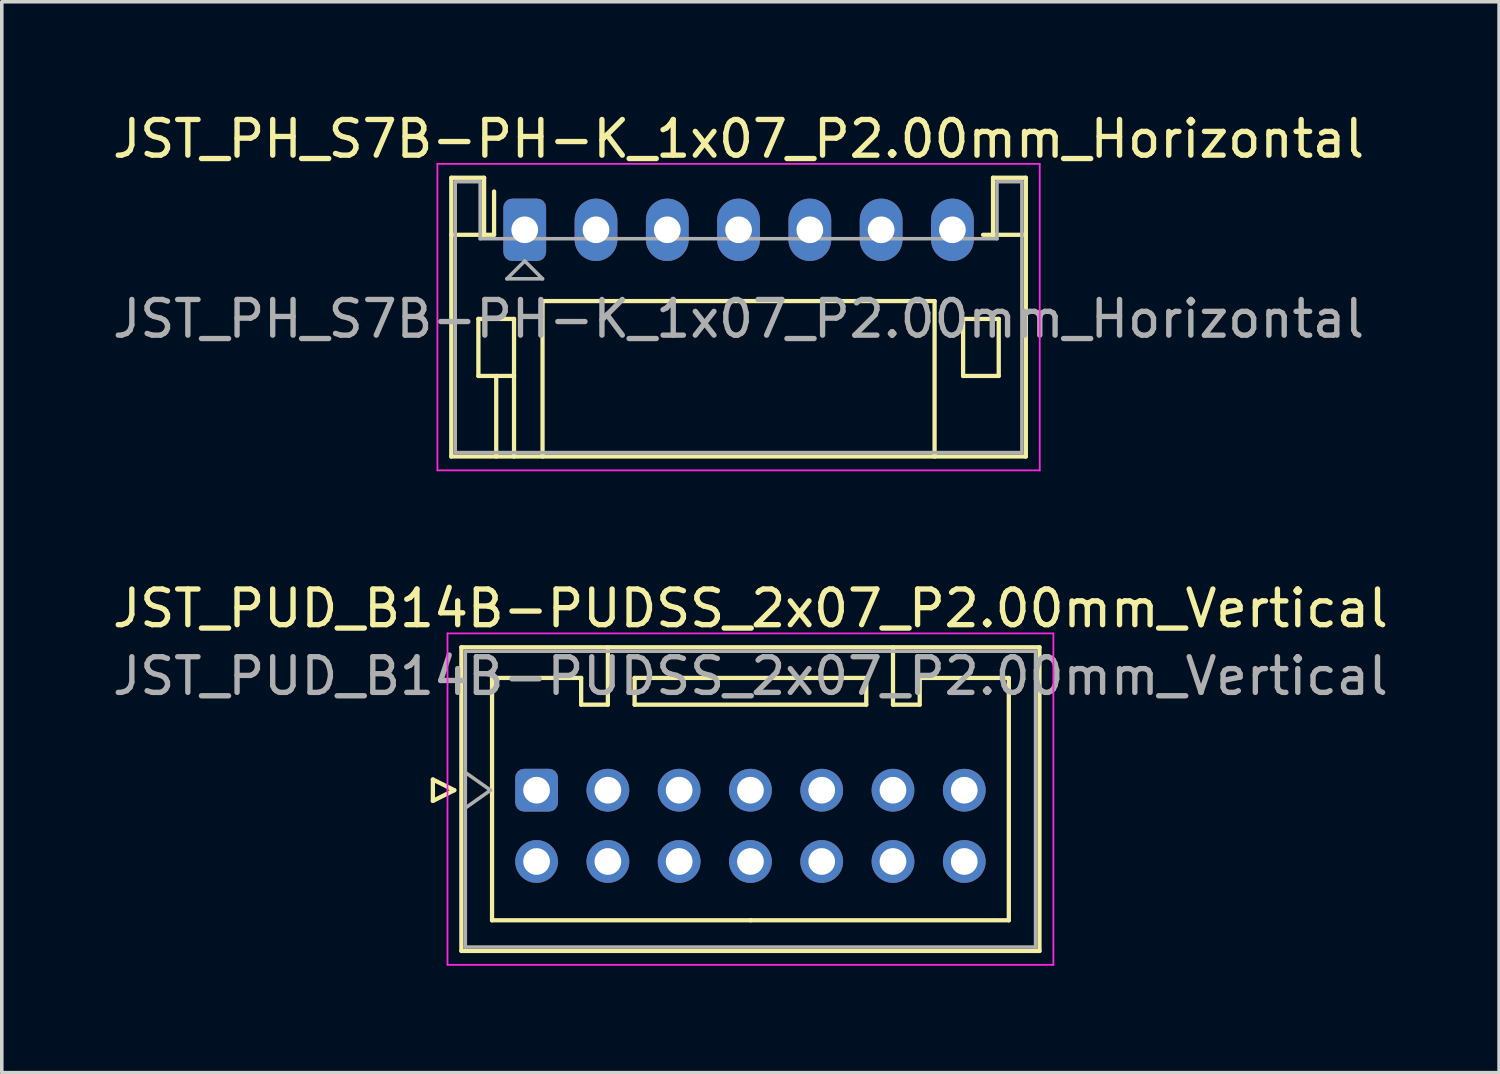
<source format=kicad_pcb>
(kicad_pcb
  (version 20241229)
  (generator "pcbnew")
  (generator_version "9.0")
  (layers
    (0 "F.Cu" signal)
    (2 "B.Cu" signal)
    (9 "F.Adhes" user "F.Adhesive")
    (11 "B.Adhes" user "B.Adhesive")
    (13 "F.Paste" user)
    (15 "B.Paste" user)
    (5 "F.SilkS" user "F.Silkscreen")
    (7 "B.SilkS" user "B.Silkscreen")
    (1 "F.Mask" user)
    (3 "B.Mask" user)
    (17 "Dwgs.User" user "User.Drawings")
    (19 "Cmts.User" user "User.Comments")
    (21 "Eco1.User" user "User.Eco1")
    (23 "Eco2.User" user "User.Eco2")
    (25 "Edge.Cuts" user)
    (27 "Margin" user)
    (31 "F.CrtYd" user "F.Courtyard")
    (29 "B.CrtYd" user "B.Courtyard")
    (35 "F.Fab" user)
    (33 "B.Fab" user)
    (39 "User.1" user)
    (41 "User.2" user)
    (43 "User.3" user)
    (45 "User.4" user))
  (footprint "JST_PUD_B14B-PUDSS_2x07_P2.00mm_Vertical"
    (layer "F.Cu")
    (at 12.006 19.122)
    (property "Reference" "JST_PUD_B14B-PUDSS_2x07_P2.00mm_Vertical" (at 6 -5.1 0) (layer "F.SilkS") (effects (font (size 1 1) (thickness 0.15))))
    (attr through_hole)
    (fp_line (start -2.91 -0.3) (end -2.31 0) (stroke (width 0.12) (type solid)) (layer "F.SilkS"))
    (fp_line (start -2.91 0.3) (end -2.91 -0.3) (stroke (width 0.12) (type solid)) (layer "F.SilkS"))
    (fp_line (start -2.31 0) (end -2.91 0.3) (stroke (width 0.12) (type solid)) (layer "F.SilkS"))
    (fp_line (start -2.11 -4.01) (end -2.11 4.51) (stroke (width 0.12) (type solid)) (layer "F.SilkS"))
    (fp_line (start -2.11 4.51) (end 14.11 4.51) (stroke (width 0.12) (type solid)) (layer "F.SilkS"))
    (fp_line (start -1.25 -3.15) (end -1.25 3.65) (stroke (width 0.12) (type solid)) (layer "F.SilkS"))
    (fp_line (start -1.25 3.65) (end 6 3.65) (stroke (width 0.12) (type solid)) (layer "F.SilkS"))
    (fp_line (start 1.25 -3.15) (end -1.25 -3.15) (stroke (width 0.12) (type solid)) (layer "F.SilkS"))
    (fp_line (start 1.25 -2.4) (end 1.25 -3.15) (stroke (width 0.12) (type solid)) (layer "F.SilkS"))
    (fp_line (start 2 -4.01) (end 2 -2.4) (stroke (width 0.12) (type solid)) (layer "F.SilkS"))
    (fp_line (start 2 -2.4) (end 1.25 -2.4) (stroke (width 0.12) (type solid)) (layer "F.SilkS"))
    (fp_line (start 2.75 -3.15) (end 2.75 -2.4) (stroke (width 0.12) (type solid)) (layer "F.SilkS"))
    (fp_line (start 2.75 -2.4) (end 9.25 -2.4) (stroke (width 0.12) (type solid)) (layer "F.SilkS"))
    (fp_line (start 9.25 -3.15) (end 2.75 -3.15) (stroke (width 0.12) (type solid)) (layer "F.SilkS"))
    (fp_line (start 9.25 -2.4) (end 9.25 -3.15) (stroke (width 0.12) (type solid)) (layer "F.SilkS"))
    (fp_line (start 10 -4.01) (end 10 -2.4) (stroke (width 0.12) (type solid)) (layer "F.SilkS"))
    (fp_line (start 10 -2.4) (end 10.75 -2.4) (stroke (width 0.12) (type solid)) (layer "F.SilkS"))
    (fp_line (start 10.75 -3.15) (end 13.25 -3.15) (stroke (width 0.12) (type solid)) (layer "F.SilkS"))
    (fp_line (start 10.75 -2.4) (end 10.75 -3.15) (stroke (width 0.12) (type solid)) (layer "F.SilkS"))
    (fp_line (start 13.25 -3.15) (end 13.25 3.65) (stroke (width 0.12) (type solid)) (layer "F.SilkS"))
    (fp_line (start 13.25 3.65) (end 6 3.65) (stroke (width 0.12) (type solid)) (layer "F.SilkS"))
    (fp_line (start 14.11 -4.01) (end -2.11 -4.01) (stroke (width 0.12) (type solid)) (layer "F.SilkS"))
    (fp_line (start 14.11 4.51) (end 14.11 -4.01) (stroke (width 0.12) (type solid)) (layer "F.SilkS"))
    (fp_line (start -2.5 -4.4) (end -2.5 4.9) (stroke (width 0.05) (type solid)) (layer "F.CrtYd"))
    (fp_line (start -2.5 4.9) (end 14.5 4.9) (stroke (width 0.05) (type solid)) (layer "F.CrtYd"))
    (fp_line (start 14.5 -4.4) (end -2.5 -4.4) (stroke (width 0.05) (type solid)) (layer "F.CrtYd"))
    (fp_line (start 14.5 4.9) (end 14.5 -4.4) (stroke (width 0.05) (type solid)) (layer "F.CrtYd"))
    (fp_line (start -2 -3.9) (end -2 4.4) (stroke (width 0.1) (type solid)) (layer "F.Fab"))
    (fp_line (start -2 0.5) (end -1.293 0) (stroke (width 0.1) (type solid)) (layer "F.Fab"))
    (fp_line (start -2 4.4) (end 14 4.4) (stroke (width 0.1) (type solid)) (layer "F.Fab"))
    (fp_line (start -1.293 0) (end -2 -0.5) (stroke (width 0.1) (type solid)) (layer "F.Fab"))
    (fp_line (start 14 -3.9) (end -2 -3.9) (stroke (width 0.1) (type solid)) (layer "F.Fab"))
    (fp_line (start 14 4.4) (end 14 -3.9) (stroke (width 0.1) (type solid)) (layer "F.Fab"))
    (fp_text user "${REFERENCE}" (at 6 -3.2 0) (layer "F.Fab") (effects (font (size 1 1) (thickness 0.15))))
    (pad "1" thru_hole roundrect (at 0 0) (size 1.2 1.2) (drill 0.75) (layers "*.Cu" "*.Mask") (roundrect_rratio 0.208))
    (pad "2" thru_hole circle (at 0 2) (size 1.2 1.2) (drill 0.75) (layers "*.Cu" "*.Mask"))
    (pad "3" thru_hole circle (at 2 0) (size 1.2 1.2) (drill 0.75) (layers "*.Cu" "*.Mask"))
    (pad "4" thru_hole circle (at 2 2) (size 1.2 1.2) (drill 0.75) (layers "*.Cu" "*.Mask"))
    (pad "5" thru_hole circle (at 4 0) (size 1.2 1.2) (drill 0.75) (layers "*.Cu" "*.Mask"))
    (pad "6" thru_hole circle (at 4 2) (size 1.2 1.2) (drill 0.75) (layers "*.Cu" "*.Mask"))
    (pad "7" thru_hole circle (at 6 0) (size 1.2 1.2) (drill 0.75) (layers "*.Cu" "*.Mask"))
    (pad "8" thru_hole circle (at 6 2) (size 1.2 1.2) (drill 0.75) (layers "*.Cu" "*.Mask"))
    (pad "9" thru_hole circle (at 8 0) (size 1.2 1.2) (drill 0.75) (layers "*.Cu" "*.Mask"))
    (pad "10" thru_hole circle (at 8 2) (size 1.2 1.2) (drill 0.75) (layers "*.Cu" "*.Mask"))
    (pad "11" thru_hole circle (at 10 0) (size 1.2 1.2) (drill 0.75) (layers "*.Cu" "*.Mask"))
    (pad "12" thru_hole circle (at 10 2) (size 1.2 1.2) (drill 0.75) (layers "*.Cu" "*.Mask"))
    (pad "13" thru_hole circle (at 12 0) (size 1.2 1.2) (drill 0.75) (layers "*.Cu" "*.Mask"))
    (pad "14" thru_hole circle (at 12 2) (size 1.2 1.2) (drill 0.75) (layers "*.Cu" "*.Mask")))
  (footprint "JST_PH_S7B-PH-K_1x07_P2.00mm_Horizontal"
    (layer "F.Cu")
    (at 11.673 3.398)
    (property "Reference" "JST_PH_S7B-PH-K_1x07_P2.00mm_Horizontal" (at 6 -2.55 0) (layer "F.SilkS") (effects (font (size 1 1) (thickness 0.15))))
    (attr through_hole)
    (fp_line (start -2.06 -1.46) (end -2.06 6.36) (stroke (width 0.12) (type solid)) (layer "F.SilkS"))
    (fp_line (start -2.06 0.14) (end -1.14 0.14) (stroke (width 0.12) (type solid)) (layer "F.SilkS"))
    (fp_line (start -2.06 6.36) (end 14.06 6.36) (stroke (width 0.12) (type solid)) (layer "F.SilkS"))
    (fp_line (start -1.3 2.5) (end -1.3 4.1) (stroke (width 0.12) (type solid)) (layer "F.SilkS"))
    (fp_line (start -1.3 4.1) (end -0.3 4.1) (stroke (width 0.12) (type solid)) (layer "F.SilkS"))
    (fp_line (start -1.14 -1.46) (end -2.06 -1.46) (stroke (width 0.12) (type solid)) (layer "F.SilkS"))
    (fp_line (start -1.14 0.14) (end -1.14 -1.46) (stroke (width 0.12) (type solid)) (layer "F.SilkS"))
    (fp_line (start -0.86 0.14) (end -1.14 0.14) (stroke (width 0.12) (type solid)) (layer "F.SilkS"))
    (fp_line (start -0.86 0.14) (end -0.86 -1.075) (stroke (width 0.12) (type solid)) (layer "F.SilkS"))
    (fp_line (start -0.8 4.1) (end -0.8 6.36) (stroke (width 0.12) (type solid)) (layer "F.SilkS"))
    (fp_line (start -0.3 2.5) (end -1.3 2.5) (stroke (width 0.12) (type solid)) (layer "F.SilkS"))
    (fp_line (start -0.3 4.1) (end -0.3 2.5) (stroke (width 0.12) (type solid)) (layer "F.SilkS"))
    (fp_line (start -0.3 4.1) (end -0.3 6.36) (stroke (width 0.12) (type solid)) (layer "F.SilkS"))
    (fp_line (start 0.5 2) (end 11.5 2) (stroke (width 0.12) (type solid)) (layer "F.SilkS"))
    (fp_line (start 0.5 6.36) (end 0.5 2) (stroke (width 0.12) (type solid)) (layer "F.SilkS"))
    (fp_line (start 11.5 2) (end 11.5 6.36) (stroke (width 0.12) (type solid)) (layer "F.SilkS"))
    (fp_line (start 12.3 2.5) (end 13.3 2.5) (stroke (width 0.12) (type solid)) (layer "F.SilkS"))
    (fp_line (start 12.3 4.1) (end 12.3 2.5) (stroke (width 0.12) (type solid)) (layer "F.SilkS"))
    (fp_line (start 13.14 -1.46) (end 13.14 0.14) (stroke (width 0.12) (type solid)) (layer "F.SilkS"))
    (fp_line (start 13.14 0.14) (end 12.86 0.14) (stroke (width 0.12) (type solid)) (layer "F.SilkS"))
    (fp_line (start 13.3 2.5) (end 13.3 4.1) (stroke (width 0.12) (type solid)) (layer "F.SilkS"))
    (fp_line (start 13.3 4.1) (end 12.3 4.1) (stroke (width 0.12) (type solid)) (layer "F.SilkS"))
    (fp_line (start 14.06 -1.46) (end 13.14 -1.46) (stroke (width 0.12) (type solid)) (layer "F.SilkS"))
    (fp_line (start 14.06 0.14) (end 13.14 0.14) (stroke (width 0.12) (type solid)) (layer "F.SilkS"))
    (fp_line (start 14.06 6.36) (end 14.06 -1.46) (stroke (width 0.12) (type solid)) (layer "F.SilkS"))
    (fp_line (start -2.45 -1.85) (end -2.45 6.75) (stroke (width 0.05) (type solid)) (layer "F.CrtYd"))
    (fp_line (start -2.45 6.75) (end 14.45 6.75) (stroke (width 0.05) (type solid)) (layer "F.CrtYd"))
    (fp_line (start 14.45 -1.85) (end -2.45 -1.85) (stroke (width 0.05) (type solid)) (layer "F.CrtYd"))
    (fp_line (start 14.45 6.75) (end 14.45 -1.85) (stroke (width 0.05) (type solid)) (layer "F.CrtYd"))
    (fp_line (start -1.95 -1.35) (end -1.95 6.25) (stroke (width 0.1) (type solid)) (layer "F.Fab"))
    (fp_line (start -1.95 6.25) (end 13.95 6.25) (stroke (width 0.1) (type solid)) (layer "F.Fab"))
    (fp_line (start -1.25 -1.35) (end -1.95 -1.35) (stroke (width 0.1) (type solid)) (layer "F.Fab"))
    (fp_line (start -1.25 0.25) (end -1.25 -1.35) (stroke (width 0.1) (type solid)) (layer "F.Fab"))
    (fp_line (start -0.5 1.375) (end 0.5 1.375) (stroke (width 0.1) (type solid)) (layer "F.Fab"))
    (fp_line (start 0 0.875) (end -0.5 1.375) (stroke (width 0.1) (type solid)) (layer "F.Fab"))
    (fp_line (start 0.5 1.375) (end 0 0.875) (stroke (width 0.1) (type solid)) (layer "F.Fab"))
    (fp_line (start 13.25 -1.35) (end 13.25 0.25) (stroke (width 0.1) (type solid)) (layer "F.Fab"))
    (fp_line (start 13.25 0.25) (end -1.25 0.25) (stroke (width 0.1) (type solid)) (layer "F.Fab"))
    (fp_line (start 13.95 -1.35) (end 13.25 -1.35) (stroke (width 0.1) (type solid)) (layer "F.Fab"))
    (fp_line (start 13.95 6.25) (end 13.95 -1.35) (stroke (width 0.1) (type solid)) (layer "F.Fab"))
    (fp_text user "${REFERENCE}" (at 6 2.5 0) (layer "F.Fab") (effects (font (size 1 1) (thickness 0.15))))
    (pad "1" thru_hole roundrect (at 0 0) (size 1.2 1.75) (drill 0.75) (layers "*.Cu" "*.Mask") (roundrect_rratio 0.208))
    (pad "2" thru_hole oval (at 2 0) (size 1.2 1.75) (drill 0.75) (layers "*.Cu" "*.Mask"))
    (pad "3" thru_hole oval (at 4 0) (size 1.2 1.75) (drill 0.75) (layers "*.Cu" "*.Mask"))
    (pad "4" thru_hole oval (at 6 0) (size 1.2 1.75) (drill 0.75) (layers "*.Cu" "*.Mask"))
    (pad "5" thru_hole oval (at 8 0) (size 1.2 1.75) (drill 0.75) (layers "*.Cu" "*.Mask"))
    (pad "6" thru_hole oval (at 10 0) (size 1.2 1.75) (drill 0.75) (layers "*.Cu" "*.Mask"))
    (pad "7" thru_hole oval (at 12 0) (size 1.2 1.75) (drill 0.75) (layers "*.Cu" "*.Mask")))
  (gr_rect
    (start -3 -3)
    (end 39.012 27.047)
    (stroke (width 0.1) (type default))
    (fill no)
    (layer "Edge.Cuts")))
</source>
